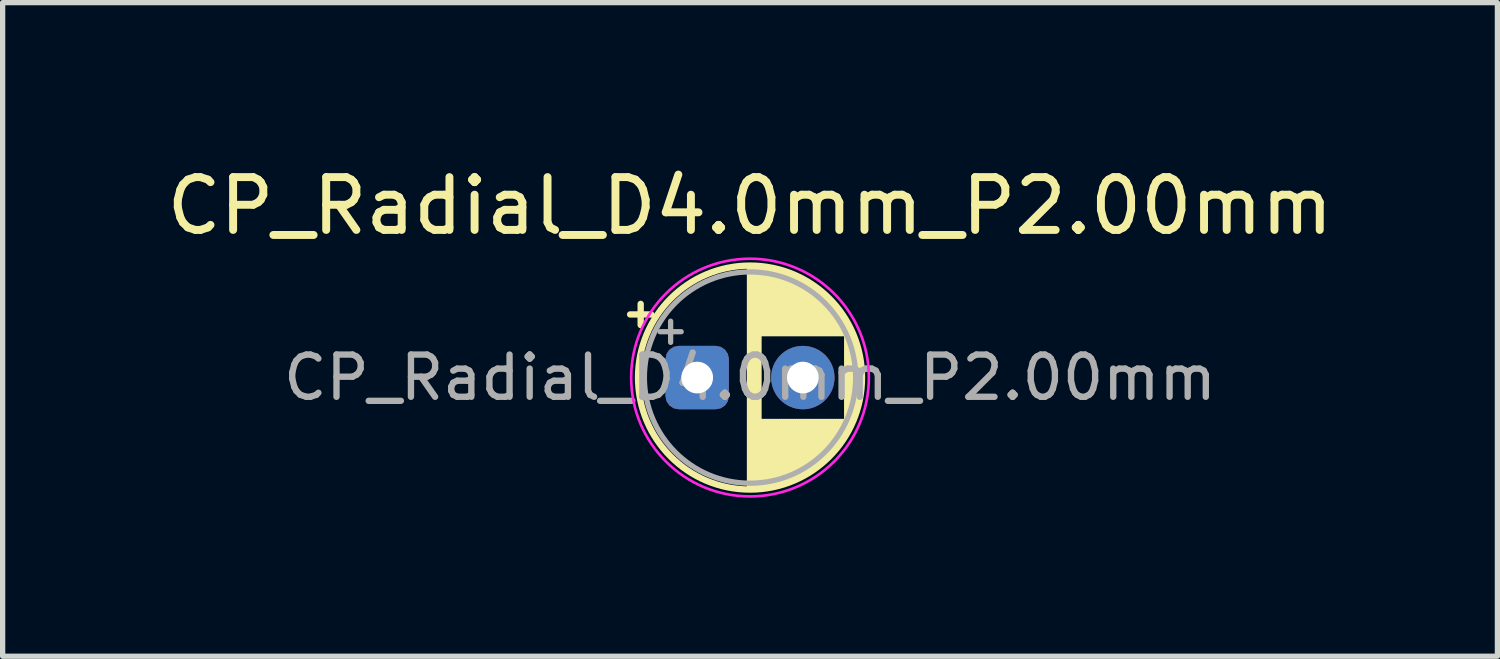
<source format=kicad_pcb>
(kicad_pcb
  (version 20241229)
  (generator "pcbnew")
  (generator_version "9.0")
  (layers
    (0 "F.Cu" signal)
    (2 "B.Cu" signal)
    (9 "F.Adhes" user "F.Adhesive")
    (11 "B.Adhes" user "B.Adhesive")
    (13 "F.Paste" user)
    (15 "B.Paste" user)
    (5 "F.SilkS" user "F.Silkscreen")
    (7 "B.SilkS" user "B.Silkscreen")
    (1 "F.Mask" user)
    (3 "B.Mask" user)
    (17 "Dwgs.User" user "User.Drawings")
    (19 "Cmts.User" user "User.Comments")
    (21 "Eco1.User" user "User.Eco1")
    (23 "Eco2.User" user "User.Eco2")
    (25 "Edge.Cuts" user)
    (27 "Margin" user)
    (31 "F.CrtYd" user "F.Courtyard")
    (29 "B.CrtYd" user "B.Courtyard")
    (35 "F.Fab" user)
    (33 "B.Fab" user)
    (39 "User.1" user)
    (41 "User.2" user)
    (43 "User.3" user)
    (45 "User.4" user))
  (footprint "CP_Radial_D4.0mm_P2.00mm"
    (layer "F.Cu")
    (at 10.149 4.098)
    (property "Reference" "CP_Radial_D4.0mm_P2.00mm" (at 1 -3.25 0) (layer "F.SilkS") (effects (font (size 1 1) (thickness 0.15))))
    (attr through_hole)
    (fp_line (start -1.27 -1.195) (end -0.87 -1.195) (stroke (width 0.12) (type solid)) (layer "F.SilkS"))
    (fp_line (start -1.07 -1.395) (end -1.07 -0.995) (stroke (width 0.12) (type solid)) (layer "F.SilkS"))
    (fp_line (start 1 -2.08) (end 1 2.08) (stroke (width 0.12) (type solid)) (layer "F.SilkS"))
    (fp_line (start 1.04 -2.08) (end 1.04 2.08) (stroke (width 0.12) (type solid)) (layer "F.SilkS"))
    (fp_line (start 1.08 -2.078) (end 1.08 2.078) (stroke (width 0.12) (type solid)) (layer "F.SilkS"))
    (fp_line (start 1.12 -2.077) (end 1.12 2.077) (stroke (width 0.12) (type solid)) (layer "F.SilkS"))
    (fp_line (start 1.16 -2.074) (end 1.16 2.074) (stroke (width 0.12) (type solid)) (layer "F.SilkS"))
    (fp_line (start 1.2 -2.071) (end 1.2 -0.84) (stroke (width 0.12) (type solid)) (layer "F.SilkS"))
    (fp_line (start 1.2 0.84) (end 1.2 2.071) (stroke (width 0.12) (type solid)) (layer "F.SilkS"))
    (fp_line (start 1.24 -2.066) (end 1.24 -0.84) (stroke (width 0.12) (type solid)) (layer "F.SilkS"))
    (fp_line (start 1.24 0.84) (end 1.24 2.066) (stroke (width 0.12) (type solid)) (layer "F.SilkS"))
    (fp_line (start 1.28 -2.061) (end 1.28 -0.84) (stroke (width 0.12) (type solid)) (layer "F.SilkS"))
    (fp_line (start 1.28 0.84) (end 1.28 2.061) (stroke (width 0.12) (type solid)) (layer "F.SilkS"))
    (fp_line (start 1.32 -2.056) (end 1.32 -0.84) (stroke (width 0.12) (type solid)) (layer "F.SilkS"))
    (fp_line (start 1.32 0.84) (end 1.32 2.056) (stroke (width 0.12) (type solid)) (layer "F.SilkS"))
    (fp_line (start 1.36 -2.049) (end 1.36 -0.84) (stroke (width 0.12) (type solid)) (layer "F.SilkS"))
    (fp_line (start 1.36 0.84) (end 1.36 2.049) (stroke (width 0.12) (type solid)) (layer "F.SilkS"))
    (fp_line (start 1.4 -2.042) (end 1.4 -0.84) (stroke (width 0.12) (type solid)) (layer "F.SilkS"))
    (fp_line (start 1.4 0.84) (end 1.4 2.042) (stroke (width 0.12) (type solid)) (layer "F.SilkS"))
    (fp_line (start 1.44 -2.034) (end 1.44 -0.84) (stroke (width 0.12) (type solid)) (layer "F.SilkS"))
    (fp_line (start 1.44 0.84) (end 1.44 2.034) (stroke (width 0.12) (type solid)) (layer "F.SilkS"))
    (fp_line (start 1.48 -2.025) (end 1.48 -0.84) (stroke (width 0.12) (type solid)) (layer "F.SilkS"))
    (fp_line (start 1.48 0.84) (end 1.48 2.025) (stroke (width 0.12) (type solid)) (layer "F.SilkS"))
    (fp_line (start 1.52 -2.015) (end 1.52 -0.84) (stroke (width 0.12) (type solid)) (layer "F.SilkS"))
    (fp_line (start 1.52 0.84) (end 1.52 2.015) (stroke (width 0.12) (type solid)) (layer "F.SilkS"))
    (fp_line (start 1.56 -2.005) (end 1.56 -0.84) (stroke (width 0.12) (type solid)) (layer "F.SilkS"))
    (fp_line (start 1.56 0.84) (end 1.56 2.005) (stroke (width 0.12) (type solid)) (layer "F.SilkS"))
    (fp_line (start 1.6 -1.993) (end 1.6 -0.84) (stroke (width 0.12) (type solid)) (layer "F.SilkS"))
    (fp_line (start 1.6 0.84) (end 1.6 1.993) (stroke (width 0.12) (type solid)) (layer "F.SilkS"))
    (fp_line (start 1.64 -1.981) (end 1.64 -0.84) (stroke (width 0.12) (type solid)) (layer "F.SilkS"))
    (fp_line (start 1.64 0.84) (end 1.64 1.981) (stroke (width 0.12) (type solid)) (layer "F.SilkS"))
    (fp_line (start 1.68 -1.968) (end 1.68 -0.84) (stroke (width 0.12) (type solid)) (layer "F.SilkS"))
    (fp_line (start 1.68 0.84) (end 1.68 1.968) (stroke (width 0.12) (type solid)) (layer "F.SilkS"))
    (fp_line (start 1.72 -1.954) (end 1.72 -0.84) (stroke (width 0.12) (type solid)) (layer "F.SilkS"))
    (fp_line (start 1.72 0.84) (end 1.72 1.954) (stroke (width 0.12) (type solid)) (layer "F.SilkS"))
    (fp_line (start 1.76 -1.939) (end 1.76 -0.84) (stroke (width 0.12) (type solid)) (layer "F.SilkS"))
    (fp_line (start 1.76 0.84) (end 1.76 1.939) (stroke (width 0.12) (type solid)) (layer "F.SilkS"))
    (fp_line (start 1.8 -1.923) (end 1.8 -0.84) (stroke (width 0.12) (type solid)) (layer "F.SilkS"))
    (fp_line (start 1.8 0.84) (end 1.8 1.923) (stroke (width 0.12) (type solid)) (layer "F.SilkS"))
    (fp_line (start 1.84 -1.906) (end 1.84 -0.84) (stroke (width 0.12) (type solid)) (layer "F.SilkS"))
    (fp_line (start 1.84 0.84) (end 1.84 1.906) (stroke (width 0.12) (type solid)) (layer "F.SilkS"))
    (fp_line (start 1.88 -1.889) (end 1.88 -0.84) (stroke (width 0.12) (type solid)) (layer "F.SilkS"))
    (fp_line (start 1.88 0.84) (end 1.88 1.889) (stroke (width 0.12) (type solid)) (layer "F.SilkS"))
    (fp_line (start 1.92 -1.87) (end 1.92 -0.84) (stroke (width 0.12) (type solid)) (layer "F.SilkS"))
    (fp_line (start 1.92 0.84) (end 1.92 1.87) (stroke (width 0.12) (type solid)) (layer "F.SilkS"))
    (fp_line (start 1.96 -1.85) (end 1.96 -0.84) (stroke (width 0.12) (type solid)) (layer "F.SilkS"))
    (fp_line (start 1.96 0.84) (end 1.96 1.85) (stroke (width 0.12) (type solid)) (layer "F.SilkS"))
    (fp_line (start 2 -1.829) (end 2 -0.84) (stroke (width 0.12) (type solid)) (layer "F.SilkS"))
    (fp_line (start 2 0.84) (end 2 1.829) (stroke (width 0.12) (type solid)) (layer "F.SilkS"))
    (fp_line (start 2.04 -1.807) (end 2.04 -0.84) (stroke (width 0.12) (type solid)) (layer "F.SilkS"))
    (fp_line (start 2.04 0.84) (end 2.04 1.807) (stroke (width 0.12) (type solid)) (layer "F.SilkS"))
    (fp_line (start 2.08 -1.784) (end 2.08 -0.84) (stroke (width 0.12) (type solid)) (layer "F.SilkS"))
    (fp_line (start 2.08 0.84) (end 2.08 1.784) (stroke (width 0.12) (type solid)) (layer "F.SilkS"))
    (fp_line (start 2.12 -1.76) (end 2.12 -0.84) (stroke (width 0.12) (type solid)) (layer "F.SilkS"))
    (fp_line (start 2.12 0.84) (end 2.12 1.76) (stroke (width 0.12) (type solid)) (layer "F.SilkS"))
    (fp_line (start 2.16 -1.734) (end 2.16 -0.84) (stroke (width 0.12) (type solid)) (layer "F.SilkS"))
    (fp_line (start 2.16 0.84) (end 2.16 1.734) (stroke (width 0.12) (type solid)) (layer "F.SilkS"))
    (fp_line (start 2.2 -1.708) (end 2.2 -0.84) (stroke (width 0.12) (type solid)) (layer "F.SilkS"))
    (fp_line (start 2.2 0.84) (end 2.2 1.708) (stroke (width 0.12) (type solid)) (layer "F.SilkS"))
    (fp_line (start 2.24 -1.68) (end 2.24 -0.84) (stroke (width 0.12) (type solid)) (layer "F.SilkS"))
    (fp_line (start 2.24 0.84) (end 2.24 1.68) (stroke (width 0.12) (type solid)) (layer "F.SilkS"))
    (fp_line (start 2.28 -1.65) (end 2.28 -0.84) (stroke (width 0.12) (type solid)) (layer "F.SilkS"))
    (fp_line (start 2.28 0.84) (end 2.28 1.65) (stroke (width 0.12) (type solid)) (layer "F.SilkS"))
    (fp_line (start 2.32 -1.619) (end 2.32 -0.84) (stroke (width 0.12) (type solid)) (layer "F.SilkS"))
    (fp_line (start 2.32 0.84) (end 2.32 1.619) (stroke (width 0.12) (type solid)) (layer "F.SilkS"))
    (fp_line (start 2.36 -1.586) (end 2.36 -0.84) (stroke (width 0.12) (type solid)) (layer "F.SilkS"))
    (fp_line (start 2.36 0.84) (end 2.36 1.586) (stroke (width 0.12) (type solid)) (layer "F.SilkS"))
    (fp_line (start 2.4 -1.552) (end 2.4 -0.84) (stroke (width 0.12) (type solid)) (layer "F.SilkS"))
    (fp_line (start 2.4 0.84) (end 2.4 1.552) (stroke (width 0.12) (type solid)) (layer "F.SilkS"))
    (fp_line (start 2.44 -1.516) (end 2.44 -0.84) (stroke (width 0.12) (type solid)) (layer "F.SilkS"))
    (fp_line (start 2.44 0.84) (end 2.44 1.516) (stroke (width 0.12) (type solid)) (layer "F.SilkS"))
    (fp_line (start 2.48 -1.478) (end 2.48 -0.84) (stroke (width 0.12) (type solid)) (layer "F.SilkS"))
    (fp_line (start 2.48 0.84) (end 2.48 1.478) (stroke (width 0.12) (type solid)) (layer "F.SilkS"))
    (fp_line (start 2.52 -1.438) (end 2.52 -0.84) (stroke (width 0.12) (type solid)) (layer "F.SilkS"))
    (fp_line (start 2.52 0.84) (end 2.52 1.438) (stroke (width 0.12) (type solid)) (layer "F.SilkS"))
    (fp_line (start 2.56 -1.396) (end 2.56 -0.84) (stroke (width 0.12) (type solid)) (layer "F.SilkS"))
    (fp_line (start 2.56 0.84) (end 2.56 1.396) (stroke (width 0.12) (type solid)) (layer "F.SilkS"))
    (fp_line (start 2.6 -1.351) (end 2.6 -0.84) (stroke (width 0.12) (type solid)) (layer "F.SilkS"))
    (fp_line (start 2.6 0.84) (end 2.6 1.351) (stroke (width 0.12) (type solid)) (layer "F.SilkS"))
    (fp_line (start 2.64 -1.303) (end 2.64 -0.84) (stroke (width 0.12) (type solid)) (layer "F.SilkS"))
    (fp_line (start 2.64 0.84) (end 2.64 1.303) (stroke (width 0.12) (type solid)) (layer "F.SilkS"))
    (fp_line (start 2.68 -1.253) (end 2.68 -0.84) (stroke (width 0.12) (type solid)) (layer "F.SilkS"))
    (fp_line (start 2.68 0.84) (end 2.68 1.253) (stroke (width 0.12) (type solid)) (layer "F.SilkS"))
    (fp_line (start 2.72 -1.199) (end 2.72 -0.84) (stroke (width 0.12) (type solid)) (layer "F.SilkS"))
    (fp_line (start 2.72 0.84) (end 2.72 1.199) (stroke (width 0.12) (type solid)) (layer "F.SilkS"))
    (fp_line (start 2.76 -1.142) (end 2.76 -0.84) (stroke (width 0.12) (type solid)) (layer "F.SilkS"))
    (fp_line (start 2.76 0.84) (end 2.76 1.142) (stroke (width 0.12) (type solid)) (layer "F.SilkS"))
    (fp_line (start 2.8 -1.08) (end 2.8 -0.84) (stroke (width 0.12) (type solid)) (layer "F.SilkS"))
    (fp_line (start 2.8 0.84) (end 2.8 1.08) (stroke (width 0.12) (type solid)) (layer "F.SilkS"))
    (fp_line (start 2.84 -1.013) (end 2.84 1.013) (stroke (width 0.12) (type solid)) (layer "F.SilkS"))
    (fp_line (start 2.88 -0.94) (end 2.88 0.94) (stroke (width 0.12) (type solid)) (layer "F.SilkS"))
    (fp_line (start 2.92 -0.859) (end 2.92 0.859) (stroke (width 0.12) (type solid)) (layer "F.SilkS"))
    (fp_line (start 2.96 -0.768) (end 2.96 0.768) (stroke (width 0.12) (type solid)) (layer "F.SilkS"))
    (fp_line (start 3 -0.663) (end 3 0.663) (stroke (width 0.12) (type solid)) (layer "F.SilkS"))
    (fp_line (start 3.04 -0.537) (end 3.04 0.537) (stroke (width 0.12) (type solid)) (layer "F.SilkS"))
    (fp_line (start 3.08 -0.37) (end 3.08 0.37) (stroke (width 0.12) (type solid)) (layer "F.SilkS"))
    (fp_circle (center 1 0) (end 3.12 0) (stroke (width 0.12) (type solid)) (fill no) (layer "F.SilkS"))
    (fp_circle (center 1 0) (end 3.25 0) (stroke (width 0.05) (type solid)) (fill no) (layer "F.CrtYd"))
    (fp_line (start -0.703 -0.868) (end -0.303 -0.868) (stroke (width 0.1) (type solid)) (layer "F.Fab"))
    (fp_line (start -0.503 -1.067) (end -0.503 -0.667) (stroke (width 0.1) (type solid)) (layer "F.Fab"))
    (fp_circle (center 1 0) (end 3 0) (stroke (width 0.1) (type solid)) (fill no) (layer "F.Fab"))
    (fp_text user "${REFERENCE}" (at 1 0 0) (layer "F.Fab") (effects (font (size 0.8 0.8) (thickness 0.12))))
    (pad "1" thru_hole roundrect (at 0 0) (size 1.2 1.2) (drill 0.6) (layers "*.Cu" "*.Mask") (roundrect_rratio 0.208))
    (pad "2" thru_hole circle (at 2 0) (size 1.2 1.2) (drill 0.6) (layers "*.Cu" "*.Mask")))
  (gr_rect
    (start -3 -3)
    (end 25.298 9.373)
    (stroke (width 0.1) (type default))
    (fill no)
    (layer "Edge.Cuts")))
</source>
